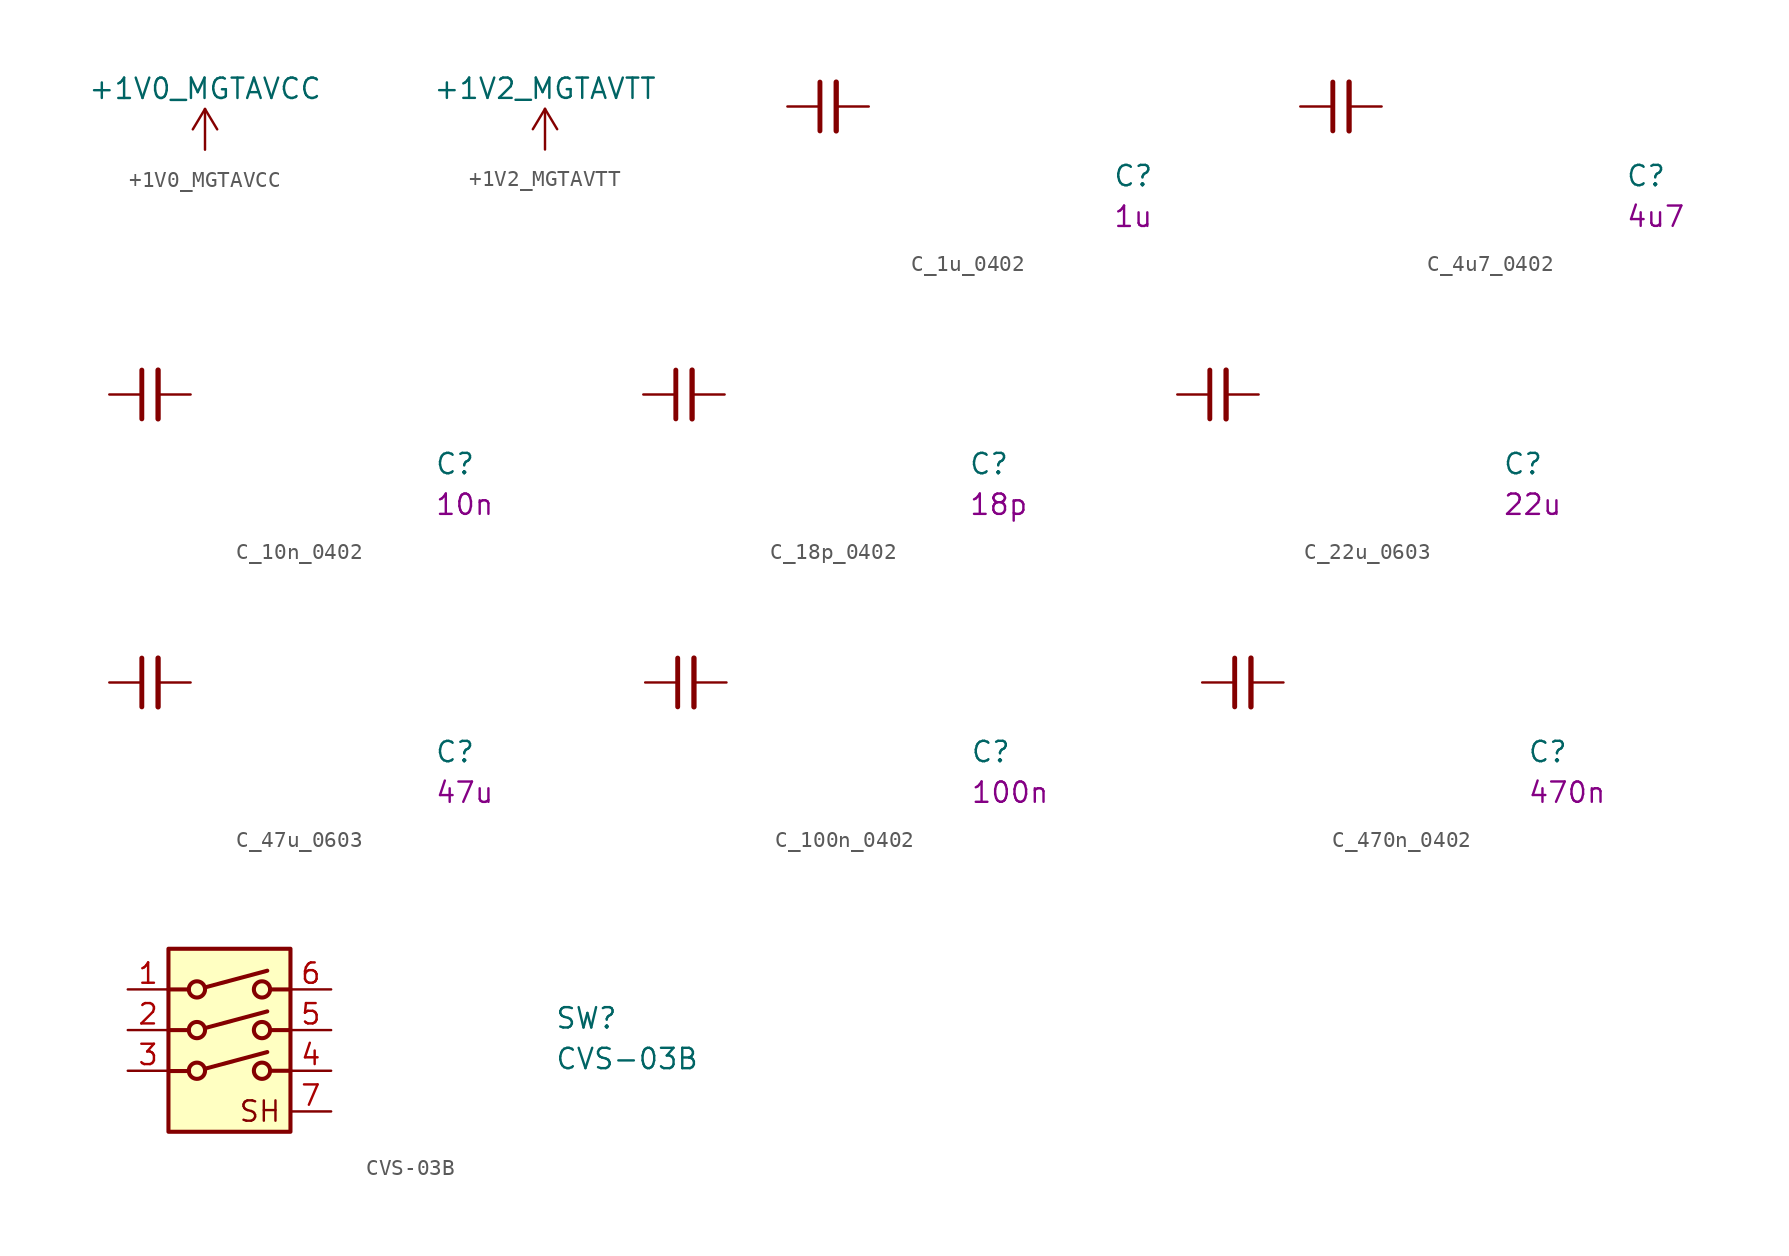
<source format=kicad_sym>
(kicad_symbol_lib
  (version 20220914)
  (generator kicad_symbol_editor)
  (symbol "+1V0_MGTAVCC"
    (power)
    (pin_names
      (offset 0))
    (property "Reference" "#PWR?"
      (at 0 -3.81 0)
      (effects (font (size 1.27 1.27)) hide))
    (property "Value" "+1V0_MGTAVCC"
      (at 0 3.81 0)
      (effects (font (size 1.27 1.27))))
    (symbol "+1V0_MGTAVCC_0_1"
      (polyline (pts (xy -0.762 1.27) (xy 0 2.54)) (stroke (width 0) (type default)) (fill (type none)))
      (polyline (pts (xy 0 0) (xy 0 2.54)) (stroke (width 0) (type default)) (fill (type none)))
      (polyline (pts (xy 0 2.54) (xy 0.762 1.27)) (stroke (width 0) (type default)) (fill (type none))))
    (symbol "+1V0_MGTAVCC_1_1"
      (pin power_in line (at 0 0 90) (length 0) hide (name "+1V0_MGTAVCC" (effects (font (size 1.27 1.27)))) (number "1" (effects (font (size 1.27 1.27)))))))
  (symbol "+1V2_MGTAVTT"
    (power)
    (pin_names
      (offset 0))
    (property "Reference" "#PWR?"
      (at 0 -3.81 0)
      (effects (font (size 1.27 1.27)) hide))
    (property "Value" "+1V2_MGTAVTT"
      (at 0 3.81 0)
      (effects (font (size 1.27 1.27))))
    (symbol "+1V2_MGTAVTT_0_1"
      (polyline (pts (xy -0.762 1.27) (xy 0 2.54)) (stroke (width 0) (type default)) (fill (type none)))
      (polyline (pts (xy 0 0) (xy 0 2.54)) (stroke (width 0) (type default)) (fill (type none)))
      (polyline (pts (xy 0 2.54) (xy 0.762 1.27)) (stroke (width 0) (type default)) (fill (type none))))
    (symbol "+1V2_MGTAVTT_1_1"
      (pin power_in line (at 0 0 90) (length 0) hide (name "+1V2_MGTAVTT" (effects (font (size 1.27 1.27)))) (number "1" (effects (font (size 1.27 1.27)))))))
  (symbol "C_1u_0402"
    (pin_numbers hide)
    (pin_names hide)
    (property "Reference" "C"
      (at 20.32 -5.08 0)
      (effects (font (size 1.27 1.27) (thickness 0.15)) (justify left bottom)))
    (property "Val" "1u"
      (at 20.32 -7.62 0)
      (effects (font (size 1.27 1.27) (thickness 0.15)) (justify left bottom)))
    (symbol "C_1u_0402_0_1"
      (polyline (pts (xy 2.032 -1.524) (xy 2.032 1.524)) (stroke (width 0.305) (type default)) (fill (type none)))
      (polyline (pts (xy 3.048 -1.524) (xy 3.048 1.524)) (stroke (width 0.33) (type default)) (fill (type none))))
    (symbol "C_1u_0402_1_1"
      (pin passive line (at 0 0 0) (length 2.032) (name "~" (effects (font (size 1.27 1.27)))) (number "1" (effects (font (size 1.27 1.27)))))
      (pin passive line (at 5.08 0 180) (length 2.032) (name "~" (effects (font (size 1.27 1.27)))) (number "2" (effects (font (size 1.27 1.27)))))))
  (symbol "C_4u7_0402"
    (pin_numbers hide)
    (pin_names hide)
    (property "Reference" "C"
      (at 20.32 -5.08 0)
      (effects (font (size 1.27 1.27) (thickness 0.15)) (justify left bottom)))
    (property "Val" "4u7"
      (at 20.32 -7.62 0)
      (effects (font (size 1.27 1.27) (thickness 0.15)) (justify left bottom)))
    (symbol "C_4u7_0402_0_1"
      (polyline (pts (xy 2.032 -1.524) (xy 2.032 1.524)) (stroke (width 0.305) (type default)) (fill (type none)))
      (polyline (pts (xy 3.048 -1.524) (xy 3.048 1.524)) (stroke (width 0.33) (type default)) (fill (type none))))
    (symbol "C_4u7_0402_1_1"
      (pin passive line (at 0 0 0) (length 2.032) (name "~" (effects (font (size 1.27 1.27)))) (number "1" (effects (font (size 1.27 1.27)))))
      (pin passive line (at 5.08 0 180) (length 2.032) (name "~" (effects (font (size 1.27 1.27)))) (number "2" (effects (font (size 1.27 1.27)))))))
  (symbol "C_10n_0402"
    (pin_numbers hide)
    (pin_names hide)
    (property "Reference" "C"
      (at 20.32 -5.08 0)
      (effects (font (size 1.27 1.27) (thickness 0.15)) (justify left bottom)))
    (property "Val" "10n"
      (at 20.32 -7.62 0)
      (effects (font (size 1.27 1.27) (thickness 0.15)) (justify left bottom)))
    (symbol "C_10n_0402_0_1"
      (polyline (pts (xy 2.032 -1.524) (xy 2.032 1.524)) (stroke (width 0.305) (type default)) (fill (type none)))
      (polyline (pts (xy 3.048 -1.524) (xy 3.048 1.524)) (stroke (width 0.33) (type default)) (fill (type none))))
    (symbol "C_10n_0402_1_1"
      (pin passive line (at 0 0 0) (length 2.032) (name "~" (effects (font (size 1.27 1.27)))) (number "1" (effects (font (size 1.27 1.27)))))
      (pin passive line (at 5.08 0 180) (length 2.032) (name "~" (effects (font (size 1.27 1.27)))) (number "2" (effects (font (size 1.27 1.27)))))))
  (symbol "C_18p_0402"
    (pin_numbers hide)
    (pin_names hide)
    (property "Reference" "C"
      (at 20.32 -5.08 0)
      (effects (font (size 1.27 1.27) (thickness 0.15)) (justify left bottom)))
    (property "Val" "18p"
      (at 20.32 -7.62 0)
      (effects (font (size 1.27 1.27) (thickness 0.15)) (justify left bottom)))
    (symbol "C_18p_0402_0_1"
      (polyline (pts (xy 2.032 -1.524) (xy 2.032 1.524)) (stroke (width 0.305) (type default)) (fill (type none)))
      (polyline (pts (xy 3.048 -1.524) (xy 3.048 1.524)) (stroke (width 0.33) (type default)) (fill (type none))))
    (symbol "C_18p_0402_1_1"
      (pin passive line (at 0 0 0) (length 2.032) (name "~" (effects (font (size 1.27 1.27)))) (number "1" (effects (font (size 1.27 1.27)))))
      (pin passive line (at 5.08 0 180) (length 2.032) (name "~" (effects (font (size 1.27 1.27)))) (number "2" (effects (font (size 1.27 1.27)))))))
  (symbol "C_22u_0603"
    (pin_numbers hide)
    (pin_names hide)
    (property "Reference" "C"
      (at 20.32 -5.08 0)
      (effects (font (size 1.27 1.27) (thickness 0.15)) (justify left bottom)))
    (property "Val" "22u"
      (at 20.32 -7.62 0)
      (effects (font (size 1.27 1.27) (thickness 0.15)) (justify left bottom)))
    (symbol "C_22u_0603_0_1"
      (polyline (pts (xy 2.032 -1.524) (xy 2.032 1.524)) (stroke (width 0.305) (type default)) (fill (type none)))
      (polyline (pts (xy 3.048 -1.524) (xy 3.048 1.524)) (stroke (width 0.33) (type default)) (fill (type none))))
    (symbol "C_22u_0603_1_1"
      (pin passive line (at 0 0 0) (length 2.032) (name "~" (effects (font (size 1.27 1.27)))) (number "1" (effects (font (size 1.27 1.27)))))
      (pin passive line (at 5.08 0 180) (length 2.032) (name "~" (effects (font (size 1.27 1.27)))) (number "2" (effects (font (size 1.27 1.27)))))))
  (symbol "C_47u_0603"
    (pin_numbers hide)
    (pin_names hide)
    (property "Reference" "C"
      (at 20.32 -5.08 0)
      (effects (font (size 1.27 1.27) (thickness 0.15)) (justify left bottom)))
    (property "Val" "47u"
      (at 20.32 -7.62 0)
      (effects (font (size 1.27 1.27) (thickness 0.15)) (justify left bottom)))
    (symbol "C_47u_0603_0_1"
      (polyline (pts (xy 2.032 -1.524) (xy 2.032 1.524)) (stroke (width 0.305) (type default)) (fill (type none)))
      (polyline (pts (xy 3.048 -1.524) (xy 3.048 1.524)) (stroke (width 0.33) (type default)) (fill (type none))))
    (symbol "C_47u_0603_1_1"
      (pin passive line (at 0 0 0) (length 2.032) (name "~" (effects (font (size 1.27 1.27)))) (number "1" (effects (font (size 1.27 1.27)))))
      (pin passive line (at 5.08 0 180) (length 2.032) (name "~" (effects (font (size 1.27 1.27)))) (number "2" (effects (font (size 1.27 1.27)))))))
  (symbol "C_100n_0402"
    (pin_numbers hide)
    (pin_names hide)
    (property "Reference" "C"
      (at 20.32 -5.08 0)
      (effects (font (size 1.27 1.27) (thickness 0.15)) (justify left bottom)))
    (property "Val" "100n"
      (at 20.32 -7.62 0)
      (effects (font (size 1.27 1.27) (thickness 0.15)) (justify left bottom)))
    (symbol "C_100n_0402_0_1"
      (polyline (pts (xy 2.032 -1.524) (xy 2.032 1.524)) (stroke (width 0.305) (type default)) (fill (type none)))
      (polyline (pts (xy 3.048 -1.524) (xy 3.048 1.524)) (stroke (width 0.33) (type default)) (fill (type none))))
    (symbol "C_100n_0402_1_1"
      (pin passive line (at 0 0 0) (length 2.032) (name "~" (effects (font (size 1.27 1.27)))) (number "1" (effects (font (size 1.27 1.27)))))
      (pin passive line (at 5.08 0 180) (length 2.032) (name "~" (effects (font (size 1.27 1.27)))) (number "2" (effects (font (size 1.27 1.27)))))))
  (symbol "C_470n_0402"
    (pin_numbers hide)
    (pin_names hide)
    (property "Reference" "C"
      (at 20.32 -5.08 0)
      (effects (font (size 1.27 1.27) (thickness 0.15)) (justify left bottom)))
    (property "Val" "470n"
      (at 20.32 -7.62 0)
      (effects (font (size 1.27 1.27) (thickness 0.15)) (justify left bottom)))
    (symbol "C_470n_0402_0_1"
      (polyline (pts (xy 2.032 -1.524) (xy 2.032 1.524)) (stroke (width 0.305) (type default)) (fill (type none)))
      (polyline (pts (xy 3.048 -1.524) (xy 3.048 1.524)) (stroke (width 0.33) (type default)) (fill (type none))))
    (symbol "C_470n_0402_1_1"
      (pin passive line (at 0 0 0) (length 2.032) (name "~" (effects (font (size 1.27 1.27)))) (number "1" (effects (font (size 1.27 1.27)))))
      (pin passive line (at 5.08 0 180) (length 2.032) (name "~" (effects (font (size 1.27 1.27)))) (number "2" (effects (font (size 1.27 1.27)))))))
  (symbol "CVS-03B"
    (pin_names hide)
    (property "Reference" "SW"
      (at 26.67 -2.54 0)
      (effects (font (size 1.27 1.27) (thickness 0.15)) (justify left bottom)))
    (property "Value" "CVS-03B"
      (at 26.67 -5.08 0)
      (effects (font (size 1.27 1.27) (thickness 0.15)) (justify left bottom)))
    (symbol "CVS-03B_1_1"
      (polyline (pts (xy 3.81 -2.54) (xy 2.54 -2.54)) (stroke (width 0.254) (type default)) (fill (type none)))
      (polyline (pts (xy 3.81 0) (xy 2.54 0)) (stroke (width 0.254) (type default)) (fill (type none)))
      (polyline (pts (xy 3.827 -5.098) (xy 2.557 -5.098)) (stroke (width 0.254) (type default)) (fill (type none)))
      (polyline (pts (xy 4.826 -4.953) (xy 8.712 -3.912)) (stroke (width 0.254) (type default)) (fill (type none)))
      (polyline (pts (xy 4.826 -2.413) (xy 8.712 -1.372)) (stroke (width 0.254) (type default)) (fill (type none)))
      (polyline (pts (xy 4.826 0.127) (xy 8.712 1.168)) (stroke (width 0.254) (type default)) (fill (type none)))
      (polyline (pts (xy 10.16 -5.08) (xy 8.89 -5.08)) (stroke (width 0.254) (type default)) (fill (type none)))
      (polyline (pts (xy 10.16 -2.54) (xy 8.89 -2.54)) (stroke (width 0.254) (type default)) (fill (type none)))
      (polyline (pts (xy 10.16 0) (xy 8.89 0)) (stroke (width 0.254) (type default)) (fill (type none)))
      (rectangle (start 2.54 2.54) (end 10.16 -8.89) (stroke (width 0.254) (type default)) (fill (type background)))
      (circle (center 4.318 -5.08) (radius 0.508) (stroke (width 0.254) (type default)) (fill (type none)))
      (circle (center 4.318 -2.54) (radius 0.508) (stroke (width 0.254) (type default)) (fill (type none)))
      (circle (center 4.318 0) (radius 0.508) (stroke (width 0.254) (type default)) (fill (type none)))
      (circle (center 8.382 -5.08) (radius 0.508) (stroke (width 0.254) (type default)) (fill (type none)))
      (circle (center 8.382 -2.54) (radius 0.508) (stroke (width 0.254) (type default)) (fill (type none)))
      (circle (center 8.382 0) (radius 0.508) (stroke (width 0.254) (type default)) (fill (type none)))
      (text "SH" (at 8.255 -7.62 0) (effects (font (size 1.27 1.27) (thickness 0.15))))
      (pin passive line (at 0 0 0) (length 2.54) (name "1" (effects (font (size 1.27 1.27)))) (number "1" (effects (font (size 1.27 1.27)))))
      (pin passive line (at 0 -2.54 0) (length 2.54) (name "2" (effects (font (size 1.27 1.27)))) (number "2" (effects (font (size 1.27 1.27)))))
      (pin passive line (at 0 -5.08 0) (length 2.54) (name "3" (effects (font (size 1.27 1.27)))) (number "3" (effects (font (size 1.27 1.27)))))
      (pin passive line (at 12.7 -5.08 180) (length 2.54) (name "4" (effects (font (size 1.27 1.27)))) (number "4" (effects (font (size 1.27 1.27)))))
      (pin passive line (at 12.7 -2.54 180) (length 2.54) (name "5" (effects (font (size 1.27 1.27)))) (number "5" (effects (font (size 1.27 1.27)))))
      (pin passive line (at 12.7 0 180) (length 2.54) (name "6" (effects (font (size 1.27 1.27)))) (number "6" (effects (font (size 1.27 1.27)))))
      (pin power_in line (at 12.7 -7.62 180) (length 2.54) (name "7" (effects (font (size 1.27 1.27)))) (number "7" (effects (font (size 1.27 1.27))))))))
</source>
